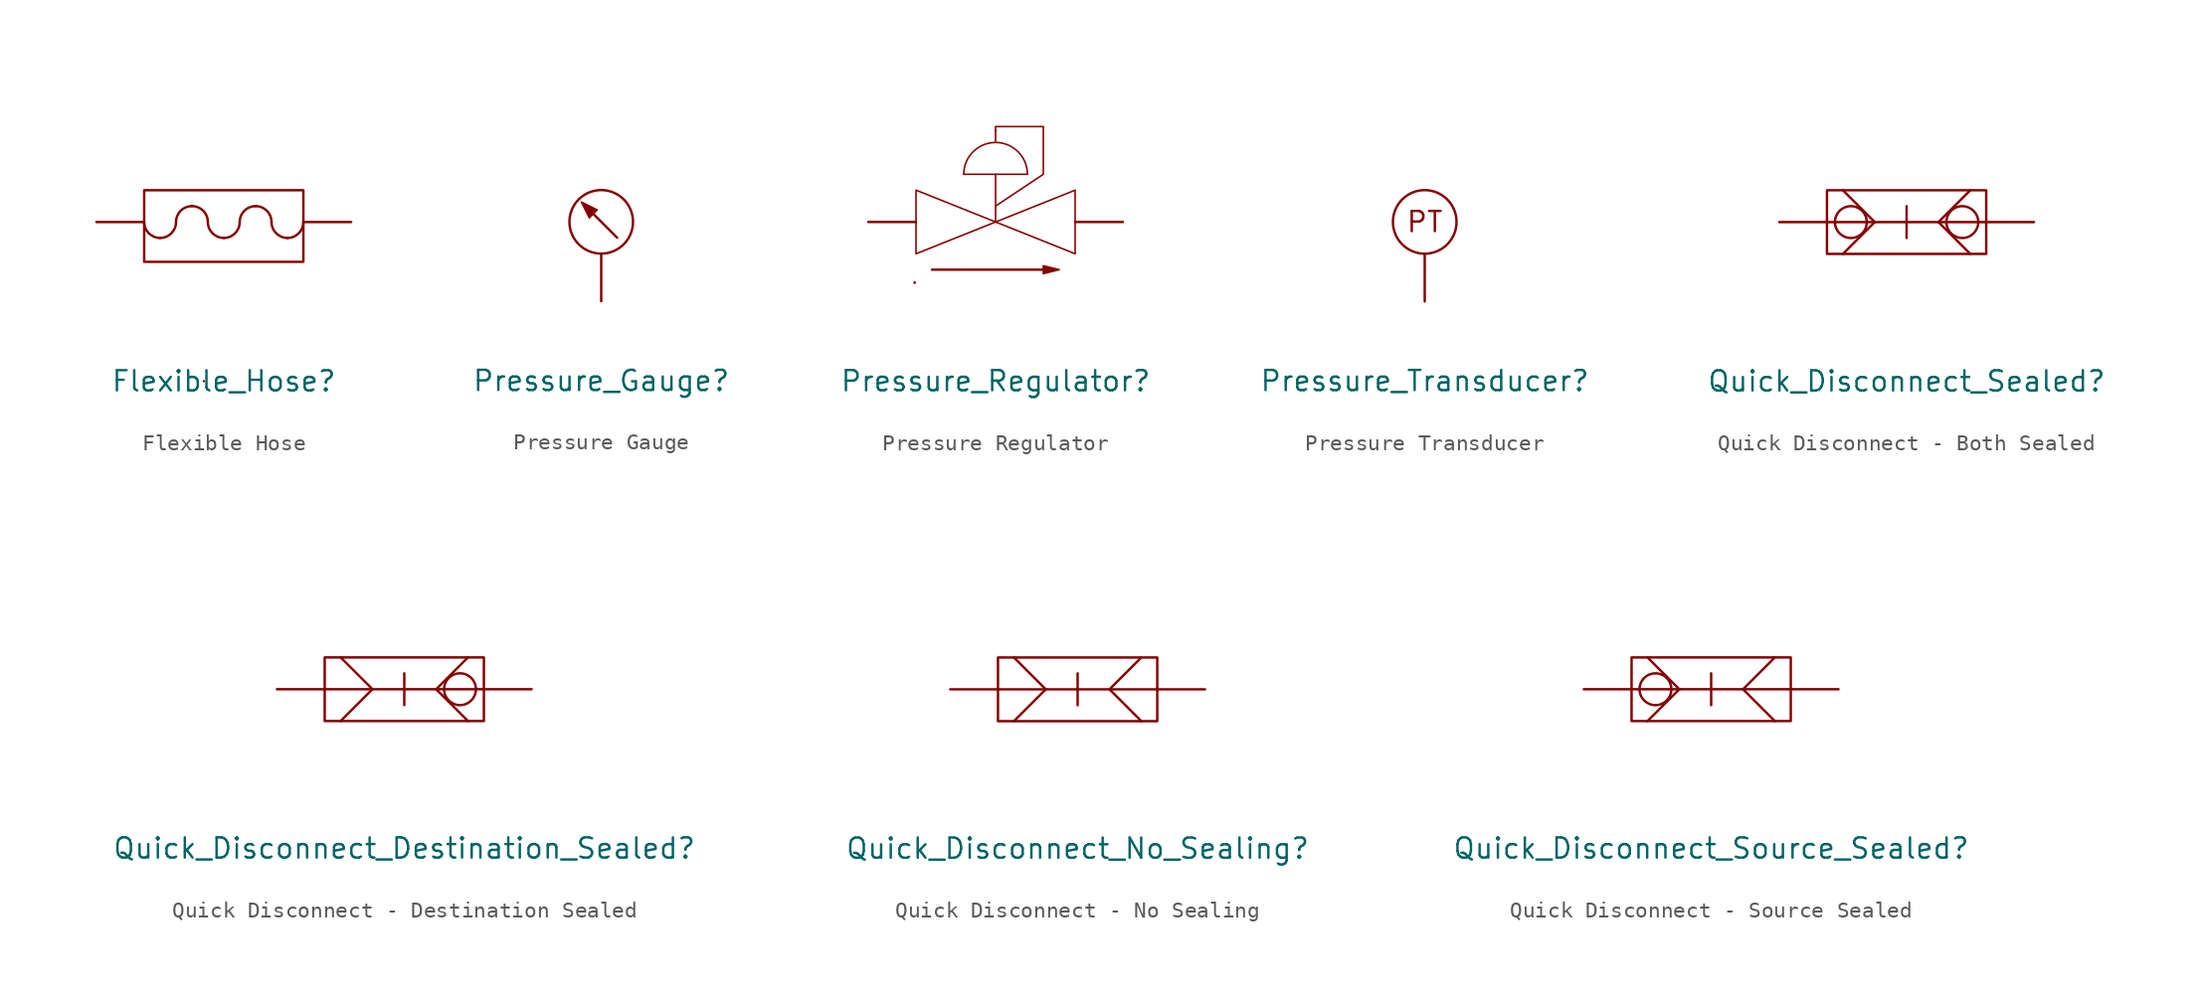
<source format=kicad_sym>
(kicad_symbol_lib
  (version 20231120)
  (generator "kicad_symbol_editor")
  (generator_version "8.0")
  (symbol "Flexible Hose"
    (property Reference Flexible_Hose
      (at 0 -10 0)
      (effects (font (size 1.27 1.27))))
    (property Value ""
      (at 0.5 0 0)
      (effects (font (size 1.27 1.27))))
    (symbol "Flexible Hose_0_1"
      (arc (start -5 0) (mid -4.7071 -0.7071) (end -4 -1) (stroke (width 0) (type default)) (fill (type none)))
      (rectangle (start -5 2) (end 5 -2.5) (stroke (width 0) (type default)) (fill (type none)))
      (arc (start -4 -1) (mid -3.2929 -0.7071) (end -3 0) (stroke (width 0) (type default)) (fill (type none)))
      (arc (start -2 1) (mid -2.7071 0.7071) (end -3 0) (stroke (width 0) (type default)) (fill (type none)))
      (arc (start -1 0) (mid -1.2929 0.7071) (end -2 1) (stroke (width 0) (type default)) (fill (type none)))
      (arc (start -1 0) (mid -0.7071 -0.7071) (end 0 -1) (stroke (width 0) (type default)) (fill (type none)))
      (arc (start 0 -1) (mid 0.7071 -0.7071) (end 1 0) (stroke (width 0) (type default)) (fill (type none)))
      (polyline (pts (xy -1.25 -10) (xy -1.25 -10)) (stroke (width 0) (type default)) (fill (type none)))
      (arc (start 2 1) (mid 1.2929 0.7071) (end 1 0) (stroke (width 0) (type default)) (fill (type none)))
      (arc (start 3 0) (mid 2.7071 0.7071) (end 2 1) (stroke (width 0) (type default)) (fill (type none)))
      (arc (start 3 0) (mid 3.2929 -0.7071) (end 4 -1) (stroke (width 0) (type default)) (fill (type none)))
      (arc (start 4 -1) (mid 4.7071 -0.7071) (end 5 0) (stroke (width 0) (type default)) (fill (type none))))
    (symbol "Flexible Hose_1_1"
      (rectangle private (start -8 8) (end 8 -8) (stroke (width 0.1) (type dot)) (fill (type none)))
      (rectangle private (start -5 5) (end 5 -5) (stroke (width 0.1) (type dot)) (fill (type none)))
      (pin input line (at -8 0 0) (length 3) (name "" (effects (font (size 1.27 1.27)))) (number "" (effects (font (size 1.27 1.27)))))
      (pin output line (at 8 0 180) (length 3) (name "" (effects (font (size 1.27 1.27)))) (number "" (effects (font (size 1.27 1.27)))))))
  (symbol "Pressure Gauge"
    (property Reference Pressure_Gauge
      (at 0 -10 0)
      (effects (font (size 1.27 1.27))))
    (property Value ""
      (at 0 0 0)
      (effects (font (size 1.27 1.27))))
    (symbol "Pressure Gauge_0_1"
      (polyline (pts (xy -1 1) (xy 1 -1)) (stroke (width 0) (type default)) (fill (type none)))
      (circle (center 0 0) (radius 2) (stroke (width 0) (type default)) (fill (type none))))
    (symbol "Pressure Gauge_1_1"
      (rectangle private (start -8 8) (end 8 -8) (stroke (width 0.1) (type dot)) (fill (type none)))
      (rectangle private (start -5 5) (end 5 -5) (stroke (width 0.1) (type dot)) (fill (type none)))
      (polyline (pts (xy -0.5 0.5) (xy -0.25 0.75) (xy -1.25 1.25) (xy -0.75 0.25) (xy -0.5 0.5)) (stroke (width 0.1) (type default)) (fill (type outline)))
      (pin input line (at 0 -5 90) (length 3) (name "" (effects (font (size 1.27 1.27)))) (number "" (effects (font (size 1.27 1.27)))))))
  (symbol "Pressure Regulator"
    (property Reference Pressure_Regulator
      (at 0 -10 0)
      (effects (font (size 1.27 1.27))))
    (property Value ""
      (at 0 0 0)
      (effects (font (size 1.27 1.27))))
    (symbol "Pressure Regulator_0_1"
      (polyline (pts (xy -5.08 -3.81) (xy -5.08 -3.81)) (stroke (width 0) (type default)) (fill (type none)))
      (polyline (pts (xy -5.08 -3.81) (xy -5.08 -3.81)) (stroke (width 0) (type default)) (fill (type none)))
      (polyline (pts (xy -4 -3) (xy 3 -3)) (stroke (width 0) (type default)) (fill (type none)))
      (polyline (pts (xy 0 5.75) (xy 0 5.75)) (stroke (width 0) (type default)) (fill (type none))))
    (symbol "Pressure Regulator_1_1"
      (rectangle private (start -8 8) (end 8 -8) (stroke (width 0.1) (type dot)) (fill (type none)))
      (rectangle private (start -5 5) (end 5 -5) (stroke (width 0.1) (type dot)) (fill (type none)))
      (polyline (pts (xy 0 3) (xy 0 0)) (stroke (width 0.1) (type default)) (fill (type none)))
      (polyline (pts (xy 2 3) (xy -2 3)) (stroke (width 0.1) (type default)) (fill (type none)))
      (polyline (pts (xy 0 0) (xy -5 2) (xy -5 -2) (xy 0 0)) (stroke (width 0.1) (type default)) (fill (type none)))
      (polyline (pts (xy 0 0) (xy 5 2) (xy 5 -2) (xy 0 0)) (stroke (width 0.1) (type default)) (fill (type none)))
      (polyline (pts (xy 0 1) (xy 3 3) (xy 3 6) (xy 0 6) (xy 0 5)) (stroke (width 0.1) (type default)) (fill (type none)))
      (polyline (pts (xy 3 -3) (xy 3 -2.75) (xy 4 -3) (xy 3 -3.25) (xy 3 -3)) (stroke (width 0.1) (type default)) (fill (type outline)))
      (arc (start 0 5) (mid -1.4142 4.4142) (end -2 3) (stroke (width 0.1000) (type default)) (fill (type none)))
      (arc (start 2 3) (mid 1.4142 4.4142) (end 0 5) (stroke (width 0.1000) (type default)) (fill (type none)))
      (pin input line (at -8 0 0) (length 3) (name "" (effects (font (size 1.27 1.27)))) (number "" (effects (font (size 1.27 1.27)))))
      (pin output line (at 8 0 180) (length 3) (name "" (effects (font (size 1.27 1.27)))) (number "" (effects (font (size 1.27 1.27)))))))
  (symbol "Pressure Transducer"
    (property Reference Pressure_Transducer
      (at 0 -10 0)
      (effects (font (size 1.27 1.27))))
    (property Value ""
      (at 0 0 0)
      (effects (font (size 1.27 1.27))))
    (symbol "Pressure Transducer_0_1"
      (circle (center 0 0) (radius 2) (stroke (width 0) (type default)) (fill (type none))))
    (symbol "Pressure Transducer_1_1"
      (rectangle private (start -8 8) (end 8 -8) (stroke (width 0.1) (type dot)) (fill (type none)))
      (rectangle private (start -5 5) (end 5 -5) (stroke (width 0.1) (type dot)) (fill (type none)))
      (text PT (at 0 0 0) (effects (font (size 1.27 1.27))))
      (pin input line (at 0 -5 90) (length 3) (name "" (effects (font (size 1.27 1.27)))) (number "" (effects (font (size 1.27 1.27)))))))
  (symbol "Quick Disconnect - Both Sealed"
    (property Reference Quick_Disconnect_Sealed
      (at 0 -10 0)
      (effects (font (size 1.27 1.27))))
    (property Value ""
      (at 0 0 0)
      (effects (font (size 1.27 1.27))))
    (symbol "Quick Disconnect - Both Sealed_0_1"
      (rectangle (start -5 2) (end 5 -2) (stroke (width 0) (type default)) (fill (type none)))
      (circle (center -3.5 0) (radius 1) (stroke (width 0) (type default)) (fill (type none)))
      (polyline (pts (xy -5 0) (xy 5 0)) (stroke (width 0) (type default)) (fill (type none)))
      (polyline (pts (xy -2 0) (xy -4 -2)) (stroke (width 0) (type default)) (fill (type none)))
      (polyline (pts (xy -2 0) (xy -4 2)) (stroke (width 0) (type default)) (fill (type none)))
      (polyline (pts (xy 0 1) (xy 0 -1)) (stroke (width 0) (type default)) (fill (type none)))
      (polyline (pts (xy 2 0) (xy 4 -2)) (stroke (width 0) (type default)) (fill (type none)))
      (polyline (pts (xy 2 0) (xy 4 2)) (stroke (width 0) (type default)) (fill (type none)))
      (circle (center 3.5 0) (radius 1) (stroke (width 0) (type default)) (fill (type none))))
    (symbol "Quick Disconnect - Both Sealed_1_1"
      (rectangle private (start -8 8) (end 8 -8) (stroke (width 0.1) (type dot)) (fill (type none)))
      (rectangle private (start -5 5) (end 5 -5) (stroke (width 0.1) (type dot)) (fill (type none)))
      (pin input line (at -8 0 0) (length 3) (name "" (effects (font (size 1.27 1.27)))) (number "" (effects (font (size 1.27 1.27)))))
      (pin output line (at 8 0 180) (length 3) (name "" (effects (font (size 1.27 1.27)))) (number "" (effects (font (size 1.27 1.27)))))))
  (symbol "Quick Disconnect - Destination Sealed"
    (property Reference Quick_Disconnect_Destination_Sealed
      (at 0 -10 0)
      (effects (font (size 1.27 1.27))))
    (property Value ""
      (at 0 0 0)
      (effects (font (size 1.27 1.27))))
    (symbol "Quick Disconnect - Destination Sealed_0_1"
      (rectangle (start -5 2) (end 5 -2) (stroke (width 0) (type default)) (fill (type none)))
      (polyline (pts (xy -5 0) (xy 5 0)) (stroke (width 0) (type default)) (fill (type none)))
      (polyline (pts (xy -2 0) (xy -4 -2)) (stroke (width 0) (type default)) (fill (type none)))
      (polyline (pts (xy -2 0) (xy -4 2)) (stroke (width 0) (type default)) (fill (type none)))
      (polyline (pts (xy 0 1) (xy 0 -1)) (stroke (width 0) (type default)) (fill (type none)))
      (polyline (pts (xy 2 0) (xy 4 -2)) (stroke (width 0) (type default)) (fill (type none)))
      (polyline (pts (xy 2 0) (xy 4 2)) (stroke (width 0) (type default)) (fill (type none)))
      (circle (center 3.5 0) (radius 1) (stroke (width 0) (type default)) (fill (type none))))
    (symbol "Quick Disconnect - Destination Sealed_1_1"
      (rectangle private (start -8 8) (end 8 -8) (stroke (width 0.1) (type dot)) (fill (type none)))
      (rectangle private (start -5 5) (end 5 -5) (stroke (width 0.1) (type dot)) (fill (type none)))
      (pin input line (at -8 0 0) (length 3) (name "" (effects (font (size 1.27 1.27)))) (number "" (effects (font (size 1.27 1.27)))))
      (pin output line (at 8 0 180) (length 3) (name "" (effects (font (size 1.27 1.27)))) (number "" (effects (font (size 1.27 1.27)))))))
  (symbol "Quick Disconnect - No Sealing"
    (property Reference Quick_Disconnect_No_Sealing
      (at 0 -10 0)
      (effects (font (size 1.27 1.27))))
    (property Value ""
      (at 0 0 0)
      (effects (font (size 1.27 1.27))))
    (symbol "Quick Disconnect - No Sealing_0_1"
      (rectangle (start -5 2) (end 5 -2) (stroke (width 0) (type default)) (fill (type none)))
      (polyline (pts (xy -5 0) (xy 5 0)) (stroke (width 0) (type default)) (fill (type none)))
      (polyline (pts (xy -2 0) (xy -4 -2)) (stroke (width 0) (type default)) (fill (type none)))
      (polyline (pts (xy -2 0) (xy -4 2)) (stroke (width 0) (type default)) (fill (type none)))
      (polyline (pts (xy 0 1) (xy 0 -1)) (stroke (width 0) (type default)) (fill (type none)))
      (polyline (pts (xy 2 0) (xy 4 -2)) (stroke (width 0) (type default)) (fill (type none)))
      (polyline (pts (xy 2 0) (xy 4 2)) (stroke (width 0) (type default)) (fill (type none))))
    (symbol "Quick Disconnect - No Sealing_1_1"
      (rectangle private (start -8 8) (end 8 -8) (stroke (width 0.1) (type dot)) (fill (type none)))
      (rectangle private (start -5 5) (end 5 -5) (stroke (width 0.1) (type dot)) (fill (type none)))
      (pin input line (at -8 0 0) (length 3) (name "" (effects (font (size 1.27 1.27)))) (number "" (effects (font (size 1.27 1.27)))))
      (pin output line (at 8 0 180) (length 3) (name "" (effects (font (size 1.27 1.27)))) (number "" (effects (font (size 1.27 1.27)))))))
  (symbol "Quick Disconnect - Source Sealed"
    (property Reference Quick_Disconnect_Source_Sealed
      (at 0 -10 0)
      (effects (font (size 1.27 1.27))))
    (property Value ""
      (at 0 0 0)
      (effects (font (size 1.27 1.27))))
    (symbol "Quick Disconnect - Source Sealed_0_1"
      (rectangle (start -5 2) (end 5 -2) (stroke (width 0) (type default)) (fill (type none)))
      (circle (center -3.5 0) (radius 1) (stroke (width 0) (type default)) (fill (type none)))
      (polyline (pts (xy -5 0) (xy 5 0)) (stroke (width 0) (type default)) (fill (type none)))
      (polyline (pts (xy -2 0) (xy -4 -2)) (stroke (width 0) (type default)) (fill (type none)))
      (polyline (pts (xy -2 0) (xy -4 2)) (stroke (width 0) (type default)) (fill (type none)))
      (polyline (pts (xy 0 1) (xy 0 -1)) (stroke (width 0) (type default)) (fill (type none)))
      (polyline (pts (xy 2 0) (xy 4 -2)) (stroke (width 0) (type default)) (fill (type none)))
      (polyline (pts (xy 2 0) (xy 4 2)) (stroke (width 0) (type default)) (fill (type none))))
    (symbol "Quick Disconnect - Source Sealed_1_1"
      (rectangle private (start -8 8) (end 8 -8) (stroke (width 0.1) (type dot)) (fill (type none)))
      (rectangle private (start -5 5) (end 5 -5) (stroke (width 0.1) (type dot)) (fill (type none)))
      (pin input line (at -8 0 0) (length 3) (name "" (effects (font (size 1.27 1.27)))) (number "" (effects (font (size 1.27 1.27)))))
      (pin output line (at 8 0 180) (length 3) (name "" (effects (font (size 1.27 1.27)))) (number "" (effects (font (size 1.27 1.27))))))))
</source>
